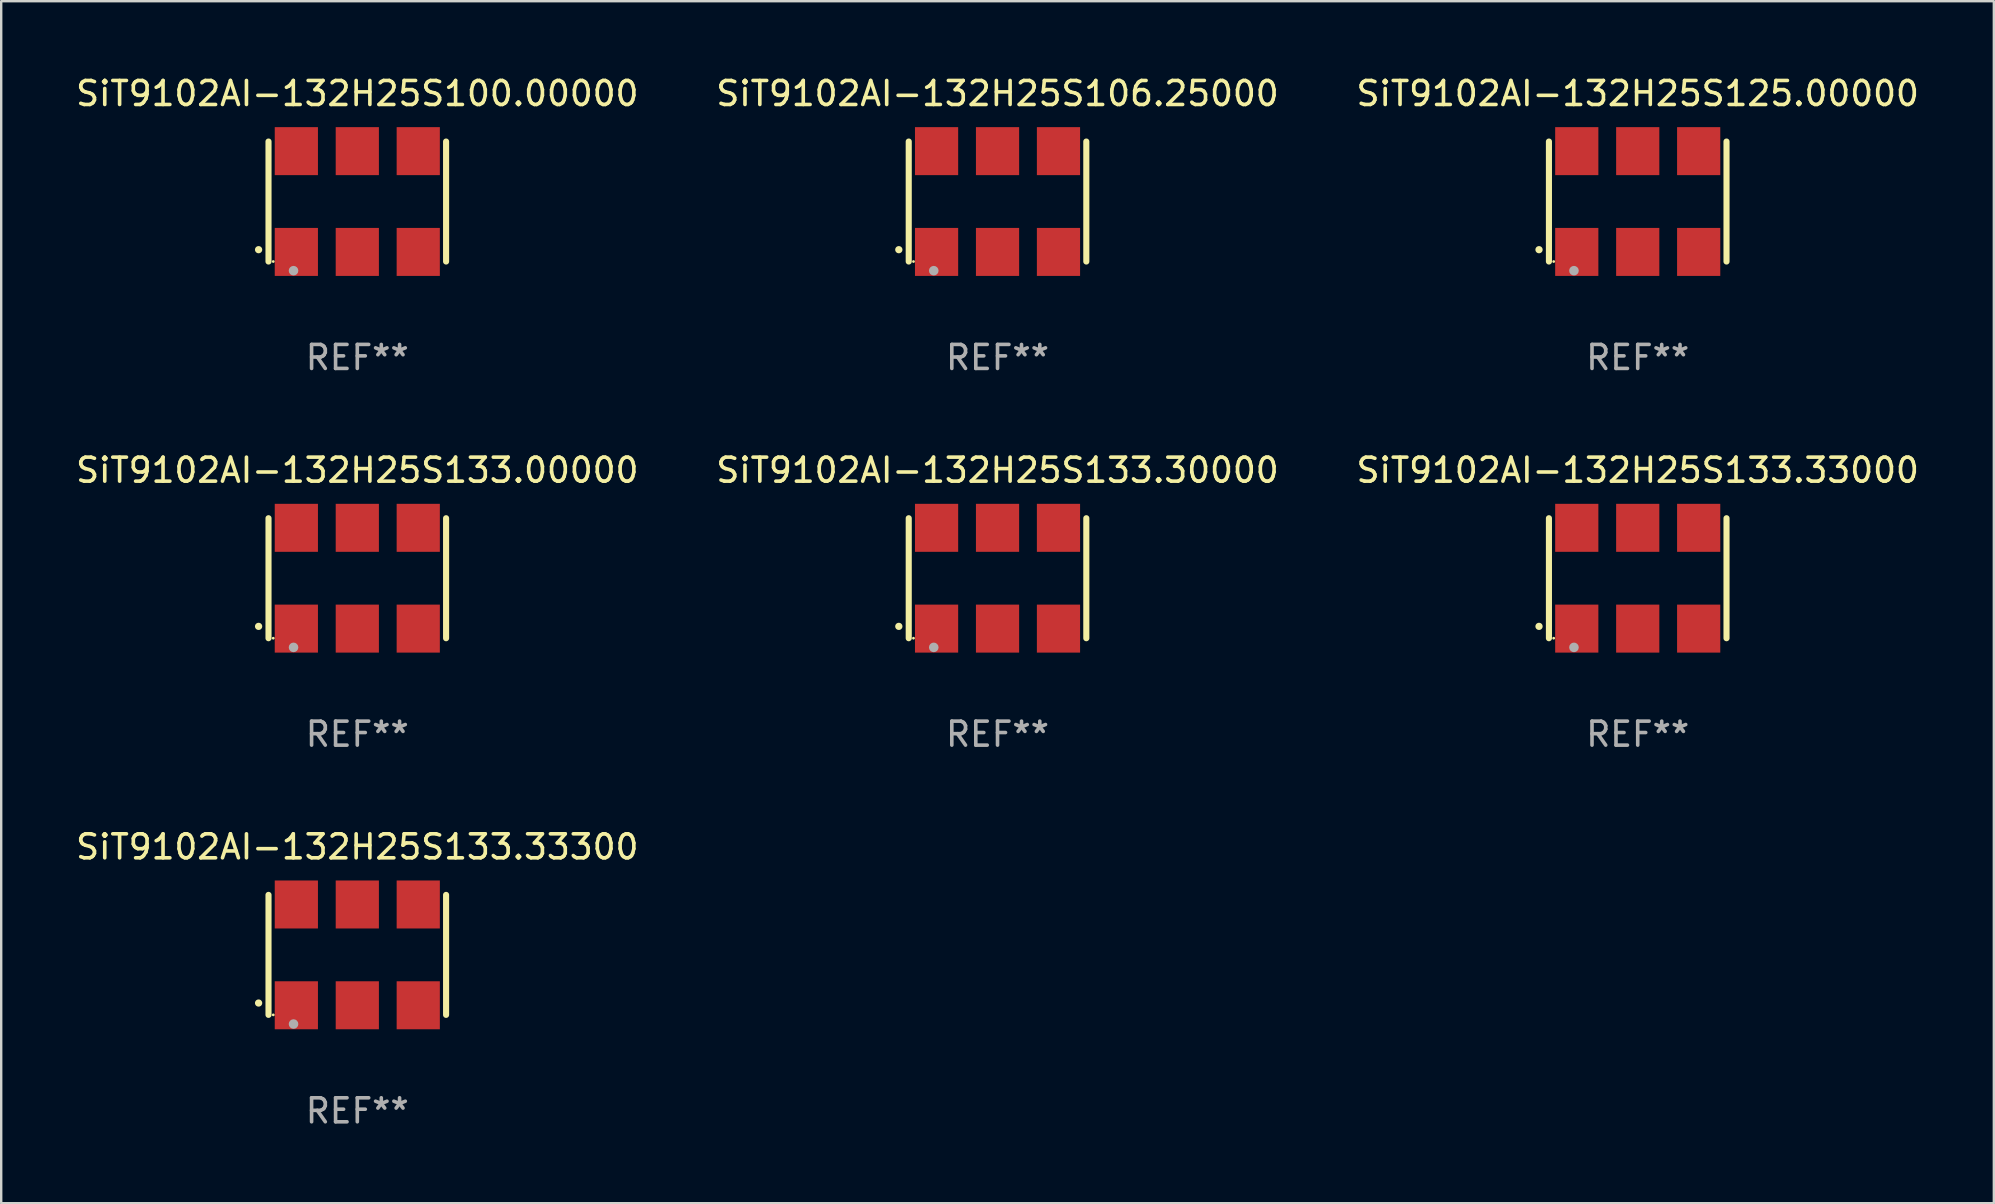
<source format=kicad_pcb>
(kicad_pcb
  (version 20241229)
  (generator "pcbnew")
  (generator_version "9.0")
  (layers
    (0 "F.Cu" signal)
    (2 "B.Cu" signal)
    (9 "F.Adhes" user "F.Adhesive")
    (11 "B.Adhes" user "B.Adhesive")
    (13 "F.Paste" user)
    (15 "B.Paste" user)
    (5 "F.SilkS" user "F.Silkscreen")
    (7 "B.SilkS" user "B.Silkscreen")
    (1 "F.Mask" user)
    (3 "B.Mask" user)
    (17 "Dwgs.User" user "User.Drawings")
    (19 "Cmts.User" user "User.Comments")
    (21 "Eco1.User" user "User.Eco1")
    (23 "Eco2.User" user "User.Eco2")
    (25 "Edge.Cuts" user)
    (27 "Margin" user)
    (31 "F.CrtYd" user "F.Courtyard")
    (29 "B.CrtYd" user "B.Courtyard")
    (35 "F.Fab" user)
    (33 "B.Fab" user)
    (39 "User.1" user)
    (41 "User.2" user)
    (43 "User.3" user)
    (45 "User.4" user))
  (footprint "SiT9102AI-132H25S133.33300"
    (layer "F.Cu")
    (at 11.839 36.741)
    (property "Reference" "SiT9102AI-132H25S133.33300" (at 0 -4.5 0) (layer "F.SilkS") (effects (font (size 1 1) (thickness 0.15))))
    (attr through_hole)
    (fp_line (start -3.7 -2.5) (end -3.7 2.5) (stroke (width 0.254) (type solid)) (layer "F.SilkS"))
    (fp_line (start 3.7 -2.5) (end 3.7 2.5) (stroke (width 0.254) (type solid)) (layer "F.SilkS"))
    (fp_arc (start -4.114415 2.006604) (mid -4.113145 2.006599) (end -4.111875 2.006604) (stroke (width 0.3) (type solid)) (layer "F.SilkS"))
    (fp_circle (center -3.502 2.5) (end -3.472 2.5) (stroke (width 0.06) (type solid)) (fill no) (layer "F.SilkS"))
    (fp_circle (center -2.657 2.882) (end -2.557 2.882) (stroke (width 0.2) (type solid)) (fill no) (layer "F.Fab"))
    (fp_text user "REF**" (at 0 6.5 0) (layer "F.Fab") (effects (font (size 1 1) (thickness 0.15))))
    (pad "1" smd rect (at -2.54 2.1) (size 1.8 2) (layers "F.Cu" "F.Mask" "F.Paste"))
    (pad "2" smd rect (at 0.000394 2.1) (size 1.8 2) (layers "F.Cu" "F.Mask" "F.Paste"))
    (pad "3" smd rect (at 2.54 2.1) (size 1.8 2) (layers "F.Cu" "F.Mask" "F.Paste"))
    (pad "4" smd rect (at 2.54 -2.1) (size 1.8 2) (layers "F.Cu" "F.Mask" "F.Paste"))
    (pad "5" smd rect (at 0.000394 -2.1) (size 1.8 2) (layers "F.Cu" "F.Mask" "F.Paste"))
    (pad "6" smd rect (at -2.54 -2.1) (size 1.8 2) (layers "F.Cu" "F.Mask" "F.Paste")))
  (footprint "SiT9102AI-132H25S133.33000"
    (layer "F.Cu")
    (at 65.196 21.045)
    (property "Reference" "SiT9102AI-132H25S133.33000" (at 0 -4.5 0) (layer "F.SilkS") (effects (font (size 1 1) (thickness 0.15))))
    (attr through_hole)
    (fp_line (start -3.7 -2.5) (end -3.7 2.5) (stroke (width 0.254) (type solid)) (layer "F.SilkS"))
    (fp_line (start 3.7 -2.5) (end 3.7 2.5) (stroke (width 0.254) (type solid)) (layer "F.SilkS"))
    (fp_arc (start -4.114415 2.006604) (mid -4.113145 2.006599) (end -4.111875 2.006604) (stroke (width 0.3) (type solid)) (layer "F.SilkS"))
    (fp_circle (center -3.502 2.5) (end -3.472 2.5) (stroke (width 0.06) (type solid)) (fill no) (layer "F.SilkS"))
    (fp_circle (center -2.657 2.882) (end -2.557 2.882) (stroke (width 0.2) (type solid)) (fill no) (layer "F.Fab"))
    (fp_text user "REF**" (at 0 6.5 0) (layer "F.Fab") (effects (font (size 1 1) (thickness 0.15))))
    (pad "1" smd rect (at -2.54 2.1) (size 1.8 2) (layers "F.Cu" "F.Mask" "F.Paste"))
    (pad "2" smd rect (at 0.000394 2.1) (size 1.8 2) (layers "F.Cu" "F.Mask" "F.Paste"))
    (pad "3" smd rect (at 2.54 2.1) (size 1.8 2) (layers "F.Cu" "F.Mask" "F.Paste"))
    (pad "4" smd rect (at 2.54 -2.1) (size 1.8 2) (layers "F.Cu" "F.Mask" "F.Paste"))
    (pad "5" smd rect (at 0.000394 -2.1) (size 1.8 2) (layers "F.Cu" "F.Mask" "F.Paste"))
    (pad "6" smd rect (at -2.54 -2.1) (size 1.8 2) (layers "F.Cu" "F.Mask" "F.Paste")))
  (footprint "SiT9102AI-132H25S125.00000"
    (layer "F.Cu")
    (at 65.196 5.348)
    (property "Reference" "SiT9102AI-132H25S125.00000" (at 0 -4.5 0) (layer "F.SilkS") (effects (font (size 1 1) (thickness 0.15))))
    (attr through_hole)
    (fp_line (start -3.7 -2.5) (end -3.7 2.5) (stroke (width 0.254) (type solid)) (layer "F.SilkS"))
    (fp_line (start 3.7 -2.5) (end 3.7 2.5) (stroke (width 0.254) (type solid)) (layer "F.SilkS"))
    (fp_arc (start -4.114415 2.006604) (mid -4.113145 2.006599) (end -4.111875 2.006604) (stroke (width 0.3) (type solid)) (layer "F.SilkS"))
    (fp_circle (center -3.502 2.5) (end -3.472 2.5) (stroke (width 0.06) (type solid)) (fill no) (layer "F.SilkS"))
    (fp_circle (center -2.657 2.882) (end -2.557 2.882) (stroke (width 0.2) (type solid)) (fill no) (layer "F.Fab"))
    (fp_text user "REF**" (at 0 6.5 0) (layer "F.Fab") (effects (font (size 1 1) (thickness 0.15))))
    (pad "1" smd rect (at -2.54 2.1) (size 1.8 2) (layers "F.Cu" "F.Mask" "F.Paste"))
    (pad "2" smd rect (at 0.000394 2.1) (size 1.8 2) (layers "F.Cu" "F.Mask" "F.Paste"))
    (pad "3" smd rect (at 2.54 2.1) (size 1.8 2) (layers "F.Cu" "F.Mask" "F.Paste"))
    (pad "4" smd rect (at 2.54 -2.1) (size 1.8 2) (layers "F.Cu" "F.Mask" "F.Paste"))
    (pad "5" smd rect (at 0.000394 -2.1) (size 1.8 2) (layers "F.Cu" "F.Mask" "F.Paste"))
    (pad "6" smd rect (at -2.54 -2.1) (size 1.8 2) (layers "F.Cu" "F.Mask" "F.Paste")))
  (footprint "SiT9102AI-132H25S133.30000"
    (layer "F.Cu")
    (at 38.518 21.045)
    (property "Reference" "SiT9102AI-132H25S133.30000" (at 0 -4.5 0) (layer "F.SilkS") (effects (font (size 1 1) (thickness 0.15))))
    (attr through_hole)
    (fp_line (start -3.7 -2.5) (end -3.7 2.5) (stroke (width 0.254) (type solid)) (layer "F.SilkS"))
    (fp_line (start 3.7 -2.5) (end 3.7 2.5) (stroke (width 0.254) (type solid)) (layer "F.SilkS"))
    (fp_arc (start -4.114415 2.006604) (mid -4.113145 2.006599) (end -4.111875 2.006604) (stroke (width 0.3) (type solid)) (layer "F.SilkS"))
    (fp_circle (center -3.502 2.5) (end -3.472 2.5) (stroke (width 0.06) (type solid)) (fill no) (layer "F.SilkS"))
    (fp_circle (center -2.657 2.882) (end -2.557 2.882) (stroke (width 0.2) (type solid)) (fill no) (layer "F.Fab"))
    (fp_text user "REF**" (at 0 6.5 0) (layer "F.Fab") (effects (font (size 1 1) (thickness 0.15))))
    (pad "1" smd rect (at -2.54 2.1) (size 1.8 2) (layers "F.Cu" "F.Mask" "F.Paste"))
    (pad "2" smd rect (at 0.000394 2.1) (size 1.8 2) (layers "F.Cu" "F.Mask" "F.Paste"))
    (pad "3" smd rect (at 2.54 2.1) (size 1.8 2) (layers "F.Cu" "F.Mask" "F.Paste"))
    (pad "4" smd rect (at 2.54 -2.1) (size 1.8 2) (layers "F.Cu" "F.Mask" "F.Paste"))
    (pad "5" smd rect (at 0.000394 -2.1) (size 1.8 2) (layers "F.Cu" "F.Mask" "F.Paste"))
    (pad "6" smd rect (at -2.54 -2.1) (size 1.8 2) (layers "F.Cu" "F.Mask" "F.Paste")))
  (footprint "SiT9102AI-132H25S106.25000"
    (layer "F.Cu")
    (at 38.518 5.348)
    (property "Reference" "SiT9102AI-132H25S106.25000" (at 0 -4.5 0) (layer "F.SilkS") (effects (font (size 1 1) (thickness 0.15))))
    (attr through_hole)
    (fp_line (start -3.7 -2.5) (end -3.7 2.5) (stroke (width 0.254) (type solid)) (layer "F.SilkS"))
    (fp_line (start 3.7 -2.5) (end 3.7 2.5) (stroke (width 0.254) (type solid)) (layer "F.SilkS"))
    (fp_arc (start -4.114415 2.006604) (mid -4.113145 2.006599) (end -4.111875 2.006604) (stroke (width 0.3) (type solid)) (layer "F.SilkS"))
    (fp_circle (center -3.502 2.5) (end -3.472 2.5) (stroke (width 0.06) (type solid)) (fill no) (layer "F.SilkS"))
    (fp_circle (center -2.657 2.882) (end -2.557 2.882) (stroke (width 0.2) (type solid)) (fill no) (layer "F.Fab"))
    (fp_text user "REF**" (at 0 6.5 0) (layer "F.Fab") (effects (font (size 1 1) (thickness 0.15))))
    (pad "1" smd rect (at -2.54 2.1) (size 1.8 2) (layers "F.Cu" "F.Mask" "F.Paste"))
    (pad "2" smd rect (at 0.000394 2.1) (size 1.8 2) (layers "F.Cu" "F.Mask" "F.Paste"))
    (pad "3" smd rect (at 2.54 2.1) (size 1.8 2) (layers "F.Cu" "F.Mask" "F.Paste"))
    (pad "4" smd rect (at 2.54 -2.1) (size 1.8 2) (layers "F.Cu" "F.Mask" "F.Paste"))
    (pad "5" smd rect (at 0.000394 -2.1) (size 1.8 2) (layers "F.Cu" "F.Mask" "F.Paste"))
    (pad "6" smd rect (at -2.54 -2.1) (size 1.8 2) (layers "F.Cu" "F.Mask" "F.Paste")))
  (footprint "SiT9102AI-132H25S100.00000"
    (layer "F.Cu")
    (at 11.839 5.348)
    (property "Reference" "SiT9102AI-132H25S100.00000" (at 0 -4.5 0) (layer "F.SilkS") (effects (font (size 1 1) (thickness 0.15))))
    (attr through_hole)
    (fp_line (start -3.7 -2.5) (end -3.7 2.5) (stroke (width 0.254) (type solid)) (layer "F.SilkS"))
    (fp_line (start 3.7 -2.5) (end 3.7 2.5) (stroke (width 0.254) (type solid)) (layer "F.SilkS"))
    (fp_arc (start -4.114415 2.006604) (mid -4.113145 2.006599) (end -4.111875 2.006604) (stroke (width 0.3) (type solid)) (layer "F.SilkS"))
    (fp_circle (center -3.502 2.5) (end -3.472 2.5) (stroke (width 0.06) (type solid)) (fill no) (layer "F.SilkS"))
    (fp_circle (center -2.657 2.882) (end -2.557 2.882) (stroke (width 0.2) (type solid)) (fill no) (layer "F.Fab"))
    (fp_text user "REF**" (at 0 6.5 0) (layer "F.Fab") (effects (font (size 1 1) (thickness 0.15))))
    (pad "1" smd rect (at -2.54 2.1) (size 1.8 2) (layers "F.Cu" "F.Mask" "F.Paste"))
    (pad "2" smd rect (at 0.000394 2.1) (size 1.8 2) (layers "F.Cu" "F.Mask" "F.Paste"))
    (pad "3" smd rect (at 2.54 2.1) (size 1.8 2) (layers "F.Cu" "F.Mask" "F.Paste"))
    (pad "4" smd rect (at 2.54 -2.1) (size 1.8 2) (layers "F.Cu" "F.Mask" "F.Paste"))
    (pad "5" smd rect (at 0.000394 -2.1) (size 1.8 2) (layers "F.Cu" "F.Mask" "F.Paste"))
    (pad "6" smd rect (at -2.54 -2.1) (size 1.8 2) (layers "F.Cu" "F.Mask" "F.Paste")))
  (footprint "SiT9102AI-132H25S133.00000"
    (layer "F.Cu")
    (at 11.839 21.045)
    (property "Reference" "SiT9102AI-132H25S133.00000" (at 0 -4.5 0) (layer "F.SilkS") (effects (font (size 1 1) (thickness 0.15))))
    (attr through_hole)
    (fp_line (start -3.7 -2.5) (end -3.7 2.5) (stroke (width 0.254) (type solid)) (layer "F.SilkS"))
    (fp_line (start 3.7 -2.5) (end 3.7 2.5) (stroke (width 0.254) (type solid)) (layer "F.SilkS"))
    (fp_arc (start -4.114415 2.006604) (mid -4.113145 2.006599) (end -4.111875 2.006604) (stroke (width 0.3) (type solid)) (layer "F.SilkS"))
    (fp_circle (center -3.502 2.5) (end -3.472 2.5) (stroke (width 0.06) (type solid)) (fill no) (layer "F.SilkS"))
    (fp_circle (center -2.657 2.882) (end -2.557 2.882) (stroke (width 0.2) (type solid)) (fill no) (layer "F.Fab"))
    (fp_text user "REF**" (at 0 6.5 0) (layer "F.Fab") (effects (font (size 1 1) (thickness 0.15))))
    (pad "1" smd rect (at -2.54 2.1) (size 1.8 2) (layers "F.Cu" "F.Mask" "F.Paste"))
    (pad "2" smd rect (at 0.000394 2.1) (size 1.8 2) (layers "F.Cu" "F.Mask" "F.Paste"))
    (pad "3" smd rect (at 2.54 2.1) (size 1.8 2) (layers "F.Cu" "F.Mask" "F.Paste"))
    (pad "4" smd rect (at 2.54 -2.1) (size 1.8 2) (layers "F.Cu" "F.Mask" "F.Paste"))
    (pad "5" smd rect (at 0.000394 -2.1) (size 1.8 2) (layers "F.Cu" "F.Mask" "F.Paste"))
    (pad "6" smd rect (at -2.54 -2.1) (size 1.8 2) (layers "F.Cu" "F.Mask" "F.Paste")))
  (gr_rect
    (start -3 -3)
    (end 80.036 47.09)
    (stroke (width 0.1) (type default))
    (fill no)
    (layer "Edge.Cuts")))
</source>
